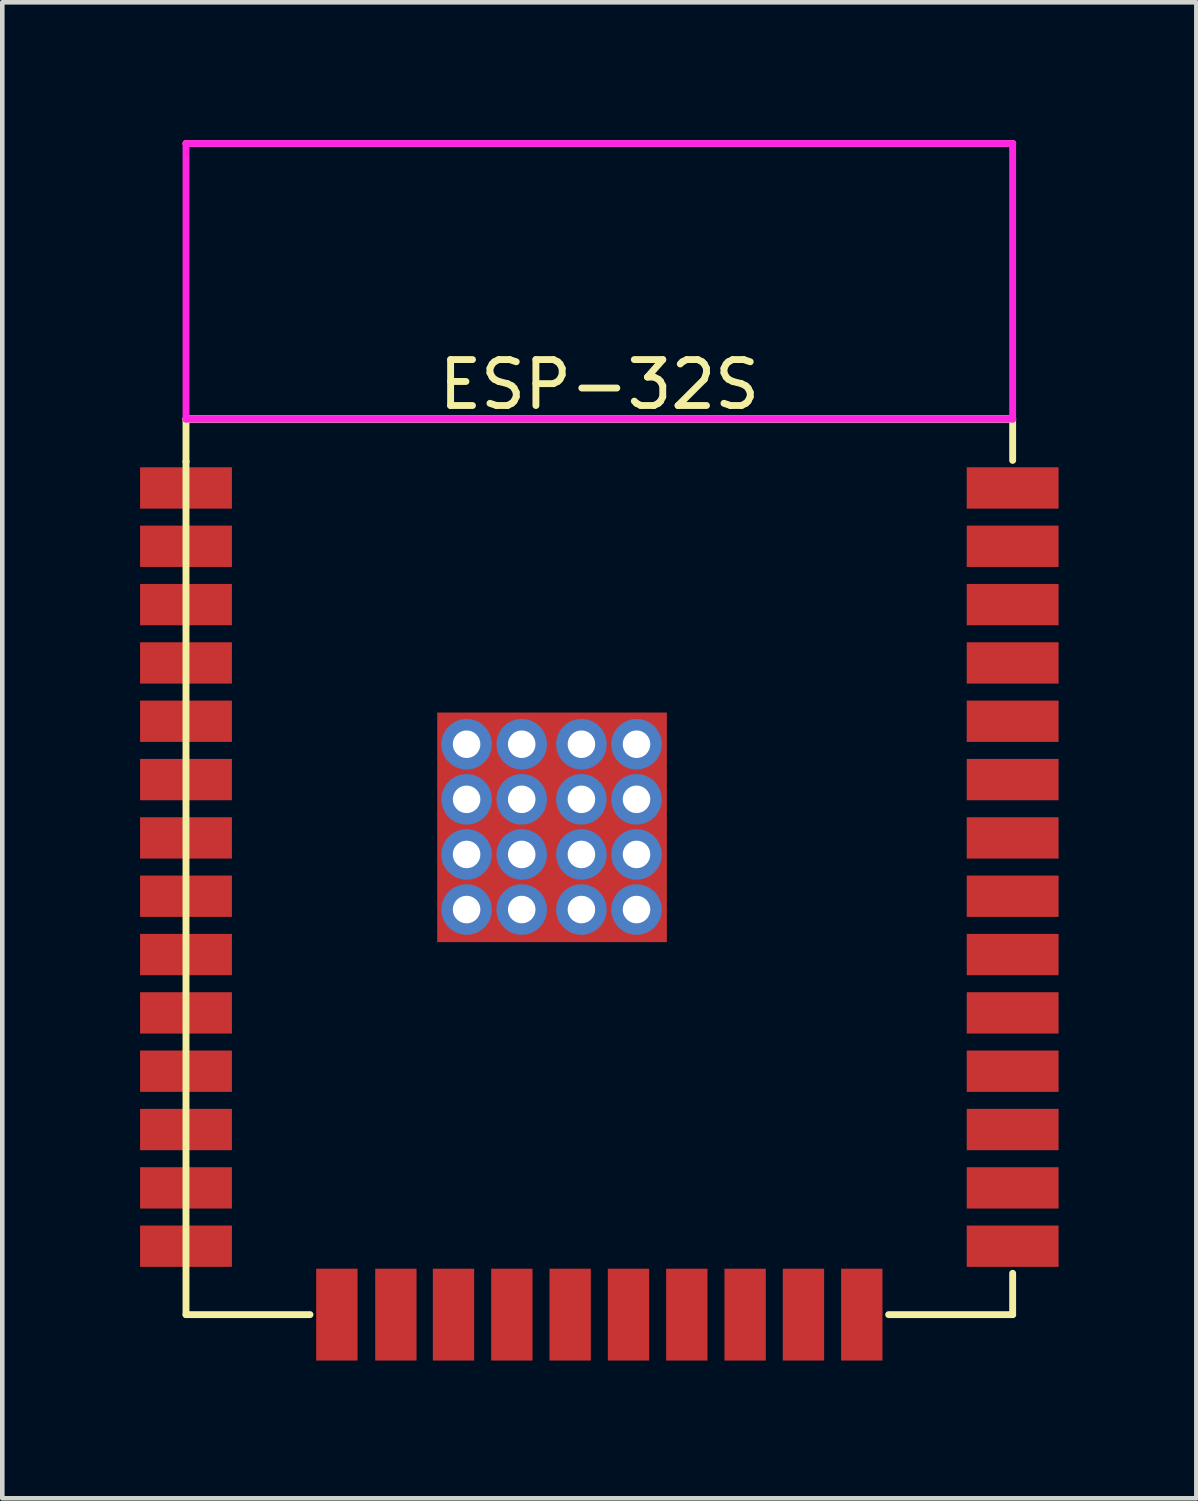
<source format=kicad_pcb>
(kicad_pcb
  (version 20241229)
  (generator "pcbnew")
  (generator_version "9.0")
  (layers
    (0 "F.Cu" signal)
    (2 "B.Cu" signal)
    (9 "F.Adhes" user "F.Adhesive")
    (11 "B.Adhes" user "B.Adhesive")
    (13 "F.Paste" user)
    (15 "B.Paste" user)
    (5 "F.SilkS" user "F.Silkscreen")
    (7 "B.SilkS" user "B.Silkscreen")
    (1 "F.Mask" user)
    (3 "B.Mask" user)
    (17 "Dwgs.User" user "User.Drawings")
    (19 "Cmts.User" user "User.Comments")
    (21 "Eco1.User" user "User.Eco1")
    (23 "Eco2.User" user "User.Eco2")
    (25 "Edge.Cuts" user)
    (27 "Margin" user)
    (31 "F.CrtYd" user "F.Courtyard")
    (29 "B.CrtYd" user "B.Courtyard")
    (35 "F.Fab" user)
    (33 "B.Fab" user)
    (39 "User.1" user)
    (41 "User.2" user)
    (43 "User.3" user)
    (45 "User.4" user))
  (footprint "ESP-32S"
    (layer "F.Cu")
    (at 10 12.825)
    (property "Reference" "ESP-32S" (at 0 -7.5 0) (layer "F.SilkS") (effects (font (size 1 1) (thickness 0.15))))
    (attr through_hole)
    (fp_line (start -9 -12.75) (end 9 -12.75) (stroke (width 0.15) (type solid)) (layer "F.SilkS"))
    (fp_line (start -9 -6.75) (end -9 -5.85) (stroke (width 0.15) (type solid)) (layer "F.SilkS"))
    (fp_line (start -9 -6.75) (end 9 -6.75) (stroke (width 0.15) (type solid)) (layer "F.SilkS"))
    (fp_line (start -9 -6.75) (end 9 -6.75) (stroke (width 0.15) (type solid)) (layer "F.SilkS"))
    (fp_line (start -9 -5.82) (end -9 -5.82) (stroke (width 0.15) (type solid)) (layer "F.SilkS"))
    (fp_line (start -9 11.8) (end -9 -5.82) (stroke (width 0.15) (type solid)) (layer "F.SilkS"))
    (fp_line (start -9 12.75) (end -9 11.85) (stroke (width 0.15) (type solid)) (layer "F.SilkS"))
    (fp_line (start -9 12.75) (end -6.3 12.75) (stroke (width 0.15) (type solid)) (layer "F.SilkS"))
    (fp_line (start 9 -6.75) (end 9 -5.85) (stroke (width 0.15) (type solid)) (layer "F.SilkS"))
    (fp_line (start 9 12.75) (end 6.3 12.75) (stroke (width 0.15) (type solid)) (layer "F.SilkS"))
    (fp_line (start 9 12.75) (end 9 11.85) (stroke (width 0.15) (type solid)) (layer "F.SilkS"))
    (fp_line (start -9 -12.75) (end -9 -6.75) (stroke (width 0.15) (type solid)) (layer "F.CrtYd"))
    (fp_line (start -9 -6.75) (end 9 -6.75) (stroke (width 0.15) (type solid)) (layer "F.CrtYd"))
    (fp_line (start 9 -12.75) (end -9 -12.75) (stroke (width 0.15) (type solid)) (layer "F.CrtYd"))
    (fp_line (start 9 -6.75) (end 9 -12.75) (stroke (width 0.15) (type solid)) (layer "F.CrtYd"))
    (pad "1" smd rect (at -9 -5.25) (size 2 0.9) (layers "F.Cu" "F.Mask" "F.Paste"))
    (pad "1" thru_hole circle (at -2.89 0.33) (size 1.1 1.1) (drill 0.6) (layers "*.Cu" "*.Mask"))
    (pad "1" thru_hole circle (at -2.89 1.53) (size 1.1 1.1) (drill 0.6) (layers "*.Cu" "*.Mask"))
    (pad "1" thru_hole circle (at -2.89 2.73) (size 1.1 1.1) (drill 0.6) (layers "*.Cu" "*.Mask"))
    (pad "1" thru_hole circle (at -2.89 3.93) (size 1.1 1.1) (drill 0.6) (layers "*.Cu" "*.Mask"))
    (pad "1" thru_hole circle (at -1.69 0.33) (size 1.1 1.1) (drill 0.6) (layers "*.Cu" "*.Mask"))
    (pad "1" thru_hole circle (at -1.69 1.53) (size 1.1 1.1) (drill 0.6) (layers "*.Cu" "*.Mask"))
    (pad "1" thru_hole circle (at -1.69 2.73) (size 1.1 1.1) (drill 0.6) (layers "*.Cu" "*.Mask"))
    (pad "1" thru_hole circle (at -1.69 3.93) (size 1.1 1.1) (drill 0.6) (layers "*.Cu" "*.Mask"))
    (pad "1" smd rect (at -1.03 2.14 90) (size 5 5) (layers "F.Cu" "F.Mask" "F.Paste"))
    (pad "1" thru_hole circle (at -0.39 0.33) (size 1.1 1.1) (drill 0.6) (layers "*.Cu" "*.Mask"))
    (pad "1" thru_hole circle (at -0.39 1.53) (size 1.1 1.1) (drill 0.6) (layers "*.Cu" "*.Mask"))
    (pad "1" thru_hole circle (at -0.39 2.73) (size 1.1 1.1) (drill 0.6) (layers "*.Cu" "*.Mask"))
    (pad "1" thru_hole circle (at -0.39 3.93) (size 1.1 1.1) (drill 0.6) (layers "*.Cu" "*.Mask"))
    (pad "1" thru_hole circle (at 0.81 0.33) (size 1.1 1.1) (drill 0.6) (layers "*.Cu" "*.Mask"))
    (pad "1" thru_hole circle (at 0.81 1.53) (size 1.1 1.1) (drill 0.6) (layers "*.Cu" "*.Mask"))
    (pad "1" thru_hole circle (at 0.81 2.73) (size 1.1 1.1) (drill 0.6) (layers "*.Cu" "*.Mask"))
    (pad "1" thru_hole circle (at 0.81 3.93) (size 1.1 1.1) (drill 0.6) (layers "*.Cu" "*.Mask"))
    (pad "2" smd rect (at -9 -3.98) (size 2 0.9) (layers "F.Cu" "F.Mask" "F.Paste"))
    (pad "3" smd rect (at -9 -2.71) (size 2 0.9) (layers "F.Cu" "F.Mask" "F.Paste"))
    (pad "4" smd rect (at -9 -1.44) (size 2 0.9) (layers "F.Cu" "F.Mask" "F.Paste"))
    (pad "5" smd rect (at -9 -0.17) (size 2 0.9) (layers "F.Cu" "F.Mask" "F.Paste"))
    (pad "6" smd rect (at -9 1.1) (size 2 0.9) (layers "F.Cu" "F.Mask" "F.Paste"))
    (pad "7" smd rect (at -9 2.37) (size 2 0.9) (layers "F.Cu" "F.Mask" "F.Paste"))
    (pad "8" smd rect (at -9 3.64) (size 2 0.9) (layers "F.Cu" "F.Mask" "F.Paste"))
    (pad "9" smd rect (at -9 4.91) (size 2 0.9) (layers "F.Cu" "F.Mask" "F.Paste"))
    (pad "10" smd rect (at -9 6.18) (size 2 0.9) (layers "F.Cu" "F.Mask" "F.Paste"))
    (pad "11" smd rect (at -9 7.45) (size 2 0.9) (layers "F.Cu" "F.Mask" "F.Paste"))
    (pad "12" smd rect (at -9 8.72) (size 2 0.9) (layers "F.Cu" "F.Mask" "F.Paste"))
    (pad "13" smd rect (at -9 9.99) (size 2 0.9) (layers "F.Cu" "F.Mask" "F.Paste"))
    (pad "14" smd rect (at -9 11.26) (size 2 0.9) (layers "F.Cu" "F.Mask" "F.Paste"))
    (pad "15" smd rect (at -5.715 12.75 90) (size 2 0.9) (layers "F.Cu" "F.Mask" "F.Paste"))
    (pad "16" smd rect (at -4.43 12.75 90) (size 2 0.9) (layers "F.Cu" "F.Mask" "F.Paste"))
    (pad "17" smd rect (at -3.175 12.75 90) (size 2 0.9) (layers "F.Cu" "F.Mask" "F.Paste"))
    (pad "18" smd rect (at -1.905 12.75 90) (size 2 0.9) (layers "F.Cu" "F.Mask" "F.Paste"))
    (pad "19" smd rect (at -0.635 12.75 90) (size 2 0.9) (layers "F.Cu" "F.Mask" "F.Paste"))
    (pad "20" smd rect (at 0.635 12.75 90) (size 2 0.9) (layers "F.Cu" "F.Mask" "F.Paste"))
    (pad "21" smd rect (at 1.905 12.75 90) (size 2 0.9) (layers "F.Cu" "F.Mask" "F.Paste"))
    (pad "22" smd rect (at 3.175 12.75 90) (size 2 0.9) (layers "F.Cu" "F.Mask" "F.Paste"))
    (pad "23" smd rect (at 4.445 12.75 90) (size 2 0.9) (layers "F.Cu" "F.Mask" "F.Paste"))
    (pad "24" smd rect (at 5.715 12.75 90) (size 2 0.9) (layers "F.Cu" "F.Mask" "F.Paste"))
    (pad "25" smd rect (at 9 11.26) (size 2 0.9) (layers "F.Cu" "F.Mask" "F.Paste"))
    (pad "26" smd rect (at 9 9.99) (size 2 0.9) (layers "F.Cu" "F.Mask" "F.Paste"))
    (pad "27" smd rect (at 9 8.72) (size 2 0.9) (layers "F.Cu" "F.Mask" "F.Paste"))
    (pad "28" smd rect (at 9 7.45) (size 2 0.9) (layers "F.Cu" "F.Mask" "F.Paste"))
    (pad "29" smd rect (at 9 6.18) (size 2 0.9) (layers "F.Cu" "F.Mask" "F.Paste"))
    (pad "30" smd rect (at 9 4.91) (size 2 0.9) (layers "F.Cu" "F.Mask" "F.Paste"))
    (pad "31" smd rect (at 9 3.64) (size 2 0.9) (layers "F.Cu" "F.Mask" "F.Paste"))
    (pad "32" smd rect (at 9 2.37) (size 2 0.9) (layers "F.Cu" "F.Mask" "F.Paste"))
    (pad "33" smd rect (at 9 1.1) (size 2 0.9) (layers "F.Cu" "F.Mask" "F.Paste"))
    (pad "34" smd rect (at 9 -0.17) (size 2 0.9) (layers "F.Cu" "F.Mask" "F.Paste"))
    (pad "35" smd rect (at 9 -1.44) (size 2 0.9) (layers "F.Cu" "F.Mask" "F.Paste"))
    (pad "36" smd rect (at 9 -2.71) (size 2 0.9) (layers "F.Cu" "F.Mask" "F.Paste"))
    (pad "37" smd rect (at 9 -3.98) (size 2 0.9) (layers "F.Cu" "F.Mask" "F.Paste"))
    (pad "38" smd rect (at 9 -5.25) (size 2 0.9) (layers "F.Cu" "F.Mask" "F.Paste")))
  (gr_rect
    (start -3 -3)
    (end 23 29.575)
    (stroke (width 0.1) (type default))
    (fill no)
    (layer "Edge.Cuts")))
</source>
